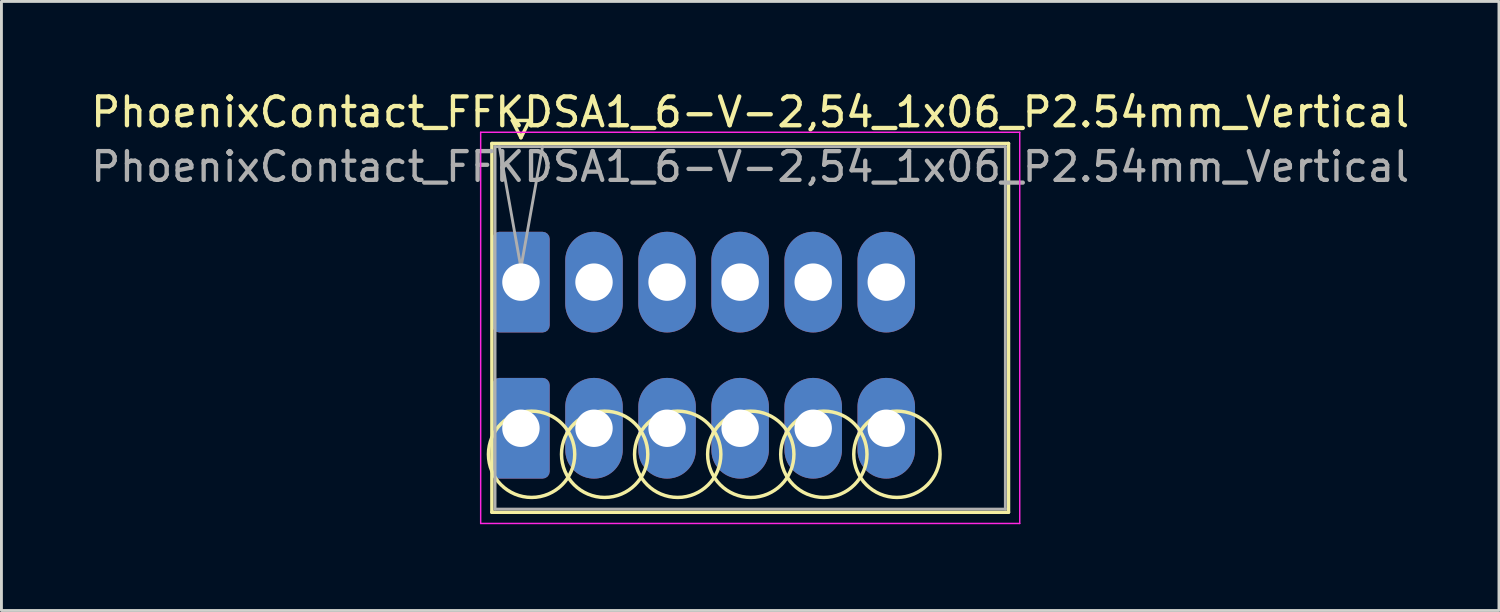
<source format=kicad_pcb>
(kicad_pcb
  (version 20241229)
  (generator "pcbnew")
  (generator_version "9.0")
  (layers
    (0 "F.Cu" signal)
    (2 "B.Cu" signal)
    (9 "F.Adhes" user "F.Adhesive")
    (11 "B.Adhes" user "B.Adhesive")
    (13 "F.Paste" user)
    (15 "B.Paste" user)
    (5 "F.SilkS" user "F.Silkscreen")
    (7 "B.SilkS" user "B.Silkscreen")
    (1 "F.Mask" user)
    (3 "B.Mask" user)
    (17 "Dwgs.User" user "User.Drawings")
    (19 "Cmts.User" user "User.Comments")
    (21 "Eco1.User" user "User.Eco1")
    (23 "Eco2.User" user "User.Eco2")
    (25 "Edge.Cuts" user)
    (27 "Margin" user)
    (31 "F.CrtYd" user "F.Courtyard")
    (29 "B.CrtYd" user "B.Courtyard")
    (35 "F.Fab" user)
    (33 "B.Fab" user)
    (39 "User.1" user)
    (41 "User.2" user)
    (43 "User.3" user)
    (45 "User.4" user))
  (footprint "PhoenixContact_FFKDSA1_6-V-2,54_1x06_P2.54mm_Vertical"
    (layer "F.Cu")
    (at 15.06 6.758)
    (property "Reference" "PhoenixContact_FFKDSA1_6-V-2,54_1x06_P2.54mm_Vertical" (at 7.97 -5.91 0) (layer "F.SilkS") (effects (font (size 1 1) (thickness 0.15))))
    (attr through_hole)
    (fp_line (start -1.01 -4.82) (end -1.01 8) (stroke (width 0.12) (type solid)) (layer "F.SilkS"))
    (fp_line (start -1.01 8) (end 16.95 8) (stroke (width 0.12) (type solid)) (layer "F.SilkS"))
    (fp_line (start -0.3 -5.62) (end 0.3 -5.62) (stroke (width 0.12) (type solid)) (layer "F.SilkS"))
    (fp_line (start 0 -5.02) (end -0.3 -5.62) (stroke (width 0.12) (type solid)) (layer "F.SilkS"))
    (fp_line (start 0.3 -5.62) (end 0 -5.02) (stroke (width 0.12) (type solid)) (layer "F.SilkS"))
    (fp_line (start 16.95 -4.82) (end -1.01 -4.82) (stroke (width 0.12) (type solid)) (layer "F.SilkS"))
    (fp_line (start 16.95 8) (end 16.95 -4.82) (stroke (width 0.12) (type solid)) (layer "F.SilkS"))
    (fp_circle (center 0.37 5.985) (end 1.87 5.985) (stroke (width 0.12) (type solid)) (fill no) (layer "F.SilkS"))
    (fp_circle (center 2.91 5.985) (end 4.41 5.985) (stroke (width 0.12) (type solid)) (fill no) (layer "F.SilkS"))
    (fp_circle (center 5.45 5.985) (end 6.95 5.985) (stroke (width 0.12) (type solid)) (fill no) (layer "F.SilkS"))
    (fp_circle (center 7.99 5.985) (end 9.49 5.985) (stroke (width 0.12) (type solid)) (fill no) (layer "F.SilkS"))
    (fp_circle (center 10.53 5.985) (end 12.03 5.985) (stroke (width 0.12) (type solid)) (fill no) (layer "F.SilkS"))
    (fp_circle (center 13.07 5.985) (end 14.57 5.985) (stroke (width 0.12) (type solid)) (fill no) (layer "F.SilkS"))
    (fp_line (start -1.4 -5.21) (end -1.4 8.39) (stroke (width 0.05) (type solid)) (layer "F.CrtYd"))
    (fp_line (start -1.4 8.39) (end 17.34 8.39) (stroke (width 0.05) (type solid)) (layer "F.CrtYd"))
    (fp_line (start 17.34 -5.21) (end -1.4 -5.21) (stroke (width 0.05) (type solid)) (layer "F.CrtYd"))
    (fp_line (start 17.34 8.39) (end 17.34 -5.21) (stroke (width 0.05) (type solid)) (layer "F.CrtYd"))
    (fp_line (start -0.9 -4.71) (end -0.9 7.89) (stroke (width 0.1) (type solid)) (layer "F.Fab"))
    (fp_line (start -0.9 7.89) (end 16.84 7.89) (stroke (width 0.1) (type solid)) (layer "F.Fab"))
    (fp_line (start 0 -0.5) (end -0.75 -4.71) (stroke (width 0.1) (type solid)) (layer "F.Fab"))
    (fp_line (start 0.75 -4.71) (end 0 -0.5) (stroke (width 0.1) (type solid)) (layer "F.Fab"))
    (fp_line (start 16.84 -4.71) (end -0.9 -4.71) (stroke (width 0.1) (type solid)) (layer "F.Fab"))
    (fp_line (start 16.84 7.89) (end 16.84 -4.71) (stroke (width 0.1) (type solid)) (layer "F.Fab"))
    (fp_text user "${REFERENCE}" (at 7.97 -4.01 0) (layer "F.Fab") (effects (font (size 1 1) (thickness 0.15))))
    (pad "1" thru_hole roundrect (at 0 0) (size 2 3.5) (drill 1.3) (layers "*.Cu" "*.Mask") (roundrect_rratio 0.125))
    (pad "1" thru_hole roundrect (at 0 5.08) (size 2 3.5) (drill 1.3) (layers "*.Cu" "*.Mask") (roundrect_rratio 0.125))
    (pad "2" thru_hole oval (at 2.54 0) (size 2 3.5) (drill 1.3) (layers "*.Cu" "*.Mask"))
    (pad "2" thru_hole oval (at 2.54 5.08) (size 2 3.5) (drill 1.3) (layers "*.Cu" "*.Mask"))
    (pad "3" thru_hole oval (at 5.08 0) (size 2 3.5) (drill 1.3) (layers "*.Cu" "*.Mask"))
    (pad "3" thru_hole oval (at 5.08 5.08) (size 2 3.5) (drill 1.3) (layers "*.Cu" "*.Mask"))
    (pad "4" thru_hole oval (at 7.62 0) (size 2 3.5) (drill 1.3) (layers "*.Cu" "*.Mask"))
    (pad "4" thru_hole oval (at 7.62 5.08) (size 2 3.5) (drill 1.3) (layers "*.Cu" "*.Mask"))
    (pad "5" thru_hole oval (at 10.16 0) (size 2 3.5) (drill 1.3) (layers "*.Cu" "*.Mask"))
    (pad "5" thru_hole oval (at 10.16 5.08) (size 2 3.5) (drill 1.3) (layers "*.Cu" "*.Mask"))
    (pad "6" thru_hole oval (at 12.7 0) (size 2 3.5) (drill 1.3) (layers "*.Cu" "*.Mask"))
    (pad "6" thru_hole oval (at 12.7 5.08) (size 2 3.5) (drill 1.3) (layers "*.Cu" "*.Mask")))
  (gr_rect
    (start -3 -3)
    (end 49.06 18.173)
    (stroke (width 0.1) (type default))
    (fill no)
    (layer "Edge.Cuts")))
</source>
